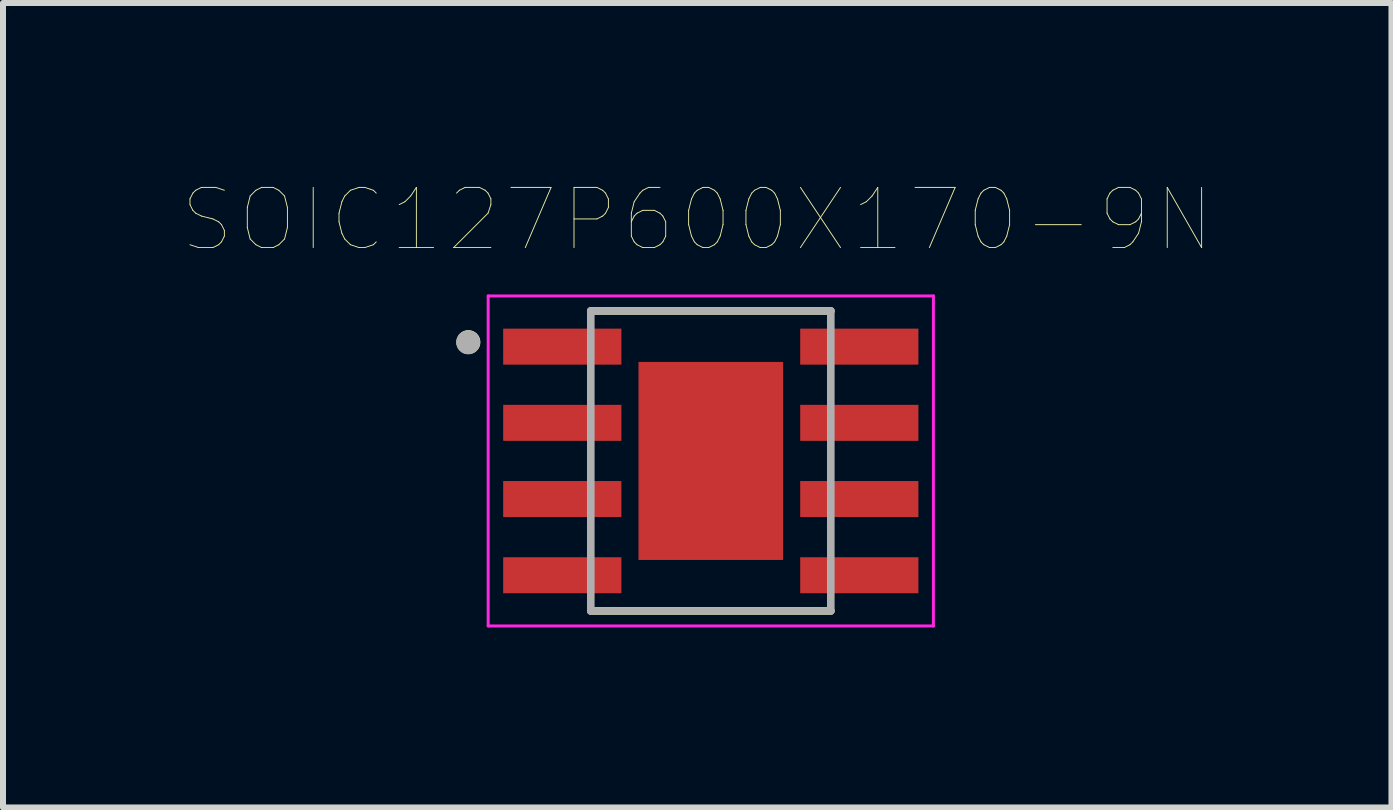
<source format=kicad_pcb>
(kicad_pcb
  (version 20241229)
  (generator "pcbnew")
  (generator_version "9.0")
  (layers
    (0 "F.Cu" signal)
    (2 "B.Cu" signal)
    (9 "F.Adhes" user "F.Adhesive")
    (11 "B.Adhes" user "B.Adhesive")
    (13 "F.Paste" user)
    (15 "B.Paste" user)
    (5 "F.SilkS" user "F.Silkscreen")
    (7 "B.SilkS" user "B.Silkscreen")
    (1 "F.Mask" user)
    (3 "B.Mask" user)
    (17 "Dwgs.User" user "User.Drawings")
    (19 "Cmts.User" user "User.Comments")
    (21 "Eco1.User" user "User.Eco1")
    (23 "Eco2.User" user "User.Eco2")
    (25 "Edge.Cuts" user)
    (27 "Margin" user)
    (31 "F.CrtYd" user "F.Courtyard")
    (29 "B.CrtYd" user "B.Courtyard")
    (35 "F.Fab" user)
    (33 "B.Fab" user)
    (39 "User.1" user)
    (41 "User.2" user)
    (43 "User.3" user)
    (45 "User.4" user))
  (footprint "SOIC127P600X170-9N"
    (layer "F.Cu")
    (at 8.796 4.632)
    (property "Reference" "SOIC127P600X170-9N" (at -0.226 -4.019 0) (layer "F.SilkS") (effects (font (size 1.003 1.003) (thickness 0.015))))
    (attr through_hole)
    (fp_line (start -2 2.5) (end 2 2.5) (stroke (width 0.127) (type solid)) (layer "F.SilkS"))
    (fp_line (start 2 -2.5) (end -2 -2.5) (stroke (width 0.127) (type solid)) (layer "F.SilkS"))
    (fp_circle (center -4.04 -1.98) (end -3.94 -1.98) (stroke (width 0.2) (type solid)) (fill no) (layer "F.SilkS"))
    (fp_poly (pts (xy -0.763 -1.04) (xy 0.762 -1.04) (xy 0.762 1.042) (xy -0.763 1.042)) (stroke (width 0.01) (type solid)) (fill yes) (layer "F.Paste"))
    (fp_line (start -3.71 -2.75) (end 3.71 -2.75) (stroke (width 0.05) (type solid)) (layer "F.CrtYd"))
    (fp_line (start -3.71 2.75) (end -3.71 -2.75) (stroke (width 0.05) (type solid)) (layer "F.CrtYd"))
    (fp_line (start 3.71 -2.75) (end 3.71 2.75) (stroke (width 0.05) (type solid)) (layer "F.CrtYd"))
    (fp_line (start 3.71 2.75) (end -3.71 2.75) (stroke (width 0.05) (type solid)) (layer "F.CrtYd"))
    (fp_line (start -2 -2.5) (end 2 -2.5) (stroke (width 0.127) (type solid)) (layer "F.Fab"))
    (fp_line (start -2 2.5) (end -2 -2.5) (stroke (width 0.127) (type solid)) (layer "F.Fab"))
    (fp_line (start 2 -2.5) (end 2 2.5) (stroke (width 0.127) (type solid)) (layer "F.Fab"))
    (fp_line (start 2 2.5) (end -2 2.5) (stroke (width 0.127) (type solid)) (layer "F.Fab"))
    (fp_circle (center -4.044 -1.977) (end -3.944 -1.977) (stroke (width 0.2) (type solid)) (fill no) (layer "F.Fab"))
    (pad "1" smd rect (at -2.475 -1.905) (size 1.97 0.6) (layers "F.Cu" "F.Mask" "F.Paste"))
    (pad "2" smd rect (at -2.475 -0.635) (size 1.97 0.6) (layers "F.Cu" "F.Mask" "F.Paste"))
    (pad "3" smd rect (at -2.475 0.635) (size 1.97 0.6) (layers "F.Cu" "F.Mask" "F.Paste"))
    (pad "4" smd rect (at -2.475 1.905) (size 1.97 0.6) (layers "F.Cu" "F.Mask" "F.Paste"))
    (pad "5" smd rect (at 2.475 1.905) (size 1.97 0.6) (layers "F.Cu" "F.Mask" "F.Paste"))
    (pad "6" smd rect (at 2.475 0.635) (size 1.97 0.6) (layers "F.Cu" "F.Mask" "F.Paste"))
    (pad "7" smd rect (at 2.475 -0.635) (size 1.97 0.6) (layers "F.Cu" "F.Mask" "F.Paste"))
    (pad "8" smd rect (at 2.475 -1.905) (size 1.97 0.6) (layers "F.Cu" "F.Mask" "F.Paste"))
    (pad "9" smd rect (at 0 0) (size 2.41 3.3) (layers "F.Cu" "F.Mask")))
  (gr_rect
    (start -3 -3)
    (end 20.14 10.407)
    (stroke (width 0.1) (type default))
    (fill no)
    (layer "Edge.Cuts")))
</source>
